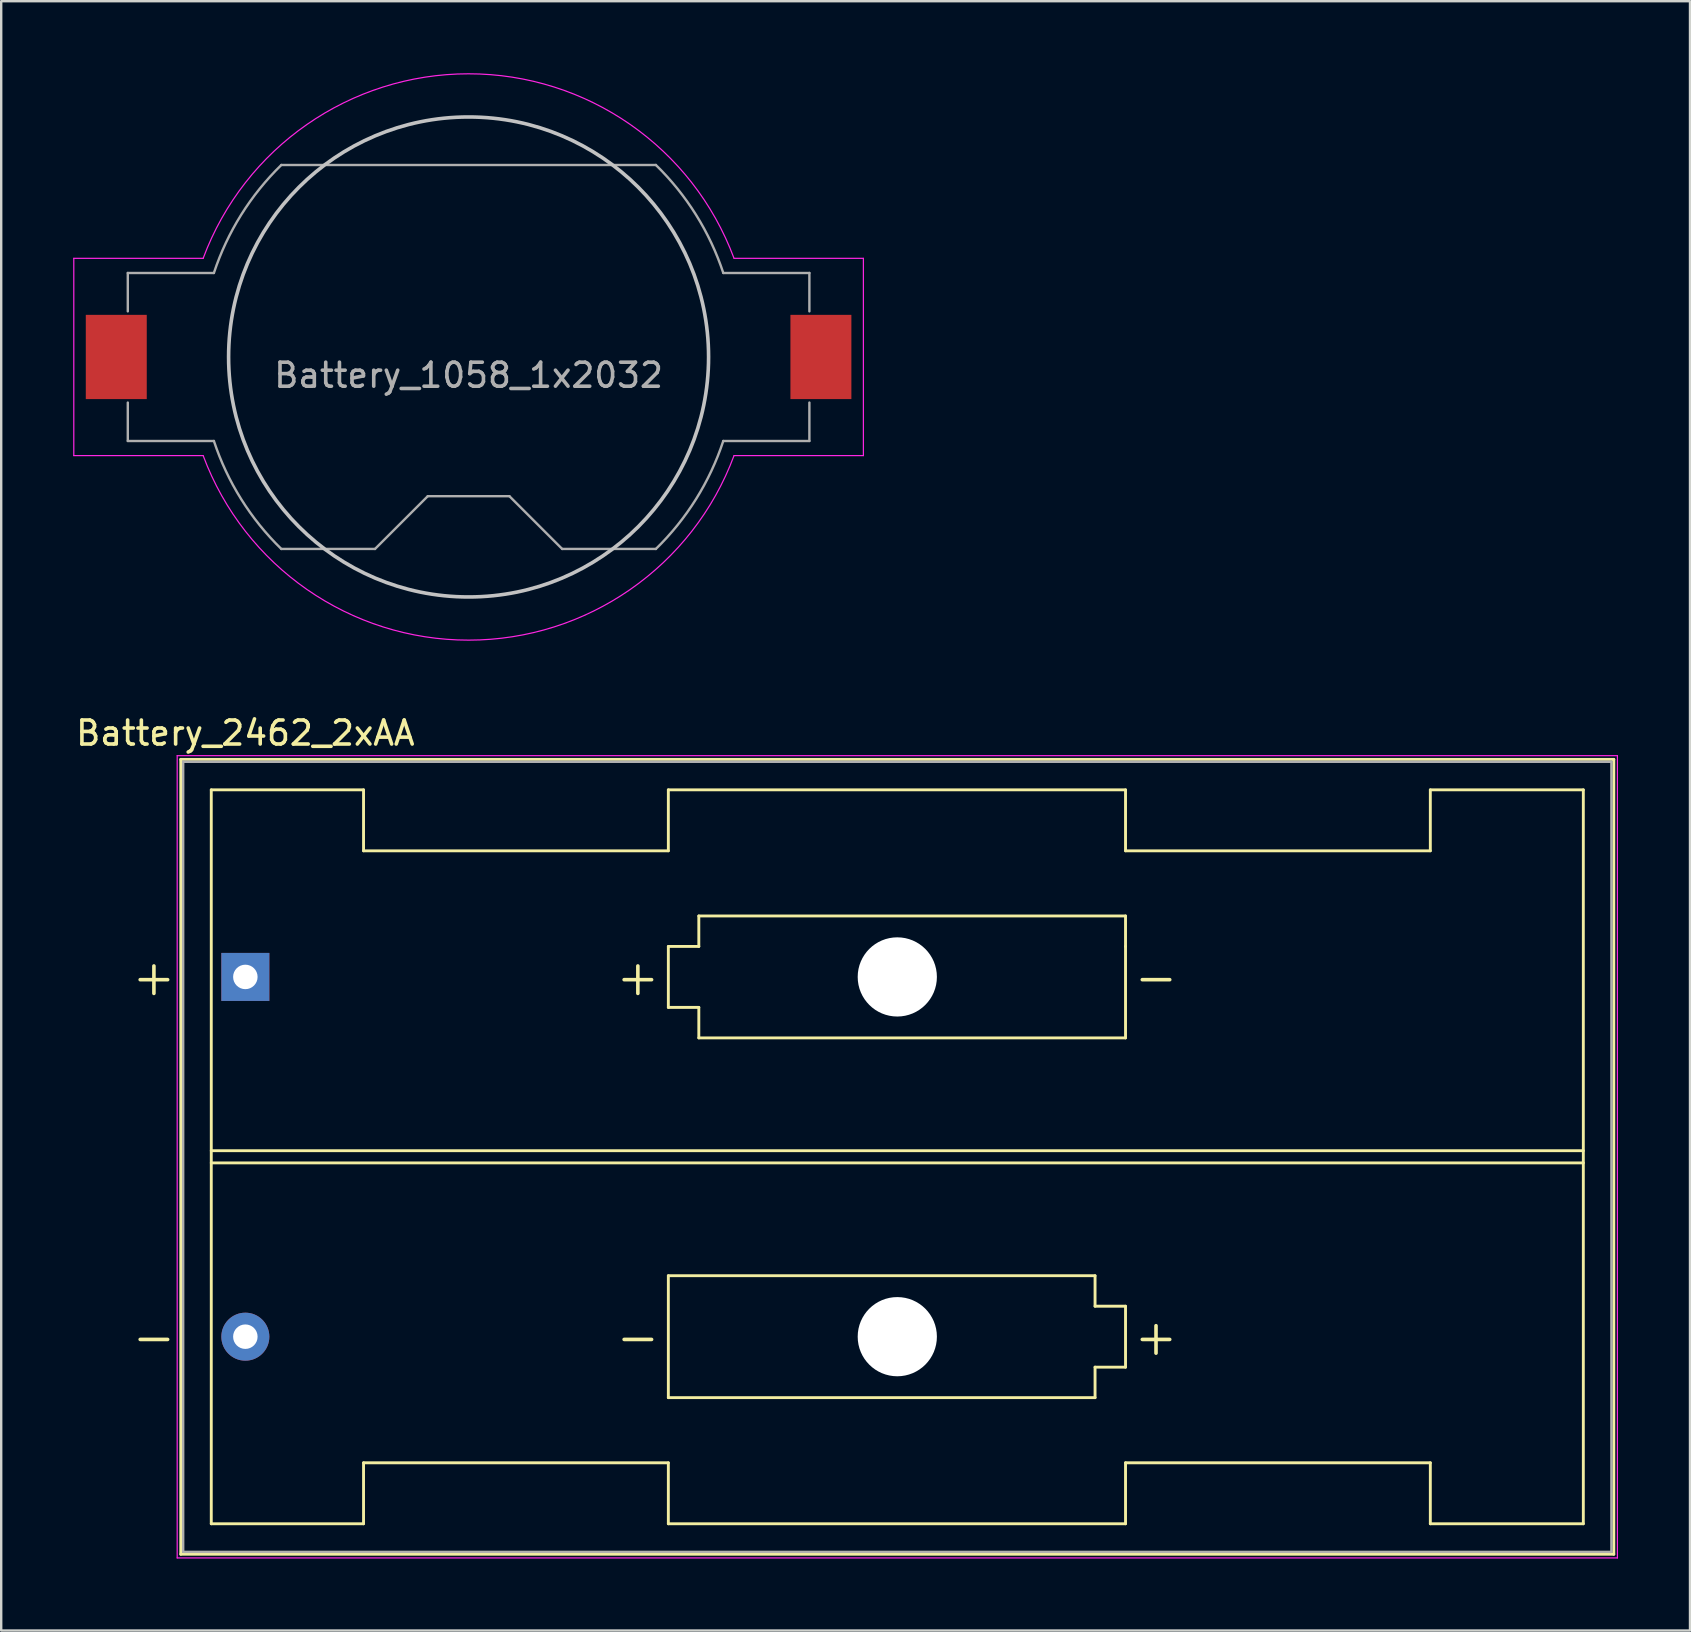
<source format=kicad_pcb>
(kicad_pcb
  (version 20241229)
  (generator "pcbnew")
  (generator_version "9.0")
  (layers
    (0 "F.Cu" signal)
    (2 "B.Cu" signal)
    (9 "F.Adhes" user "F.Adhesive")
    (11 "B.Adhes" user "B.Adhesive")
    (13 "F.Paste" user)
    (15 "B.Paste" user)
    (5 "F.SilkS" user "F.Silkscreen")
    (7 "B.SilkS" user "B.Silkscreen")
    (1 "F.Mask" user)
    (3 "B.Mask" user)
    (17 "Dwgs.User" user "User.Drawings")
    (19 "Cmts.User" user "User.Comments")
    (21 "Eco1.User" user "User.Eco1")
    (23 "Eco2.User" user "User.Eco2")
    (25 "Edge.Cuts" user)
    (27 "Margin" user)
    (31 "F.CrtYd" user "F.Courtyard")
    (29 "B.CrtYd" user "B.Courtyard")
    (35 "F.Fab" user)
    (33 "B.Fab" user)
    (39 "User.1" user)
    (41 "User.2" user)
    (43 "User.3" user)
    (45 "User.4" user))
  (footprint "Battery_1058_1x2032"
    (layer "F.Cu")
    (at 16.475 11.824)
    (property "Reference" "Battery_1058_1x2032" (at 0 0.762 0) (layer "F.Fab") (effects (font (size 1 1) (thickness 0.15))))
    (attr smd)
    (fp_circle (center 0 0) (end 10 0) (stroke (width 0.15) (type solid)) (fill no) (layer "Dwgs.User"))
    (fp_line (start -16.45 -4.11) (end -16.45 4.11) (stroke (width 0.05) (type solid)) (layer "F.CrtYd"))
    (fp_line (start -16.45 -4.11) (end -11.06 -4.11) (stroke (width 0.05) (type solid)) (layer "F.CrtYd"))
    (fp_line (start -16.45 4.11) (end -11.06 4.11) (stroke (width 0.05) (type solid)) (layer "F.CrtYd"))
    (fp_line (start 11.06 4.11) (end 16.45 4.11) (stroke (width 0.05) (type solid)) (layer "F.CrtYd"))
    (fp_line (start 16.45 -4.11) (end 11.06 -4.11) (stroke (width 0.05) (type solid)) (layer "F.CrtYd"))
    (fp_line (start 16.45 4.11) (end 16.45 -4.11) (stroke (width 0.05) (type solid)) (layer "F.CrtYd"))
    (fp_arc (start -11.06 -4.11) (mid -0.002978 -11.79897) (end 11.057924 -4.115582) (stroke (width 0.05) (type solid)) (layer "F.CrtYd"))
    (fp_arc (start 11.06 4.11) (mid 0.002978 11.79897) (end -11.057924 4.115582) (stroke (width 0.05) (type solid)) (layer "F.CrtYd"))
    (fp_line (start -14.2 -3.5) (end -14.2 -1.9) (stroke (width 0.1) (type solid)) (layer "F.Fab"))
    (fp_line (start -14.2 -3.5) (end -10.613 -3.5) (stroke (width 0.1) (type solid)) (layer "F.Fab"))
    (fp_line (start -14.2 1.9) (end -14.2 3.5) (stroke (width 0.1) (type solid)) (layer "F.Fab"))
    (fp_line (start -14.2 3.5) (end -10.613 3.5) (stroke (width 0.1) (type solid)) (layer "F.Fab"))
    (fp_line (start -7.803 -8) (end 7.803 -8) (stroke (width 0.1) (type solid)) (layer "F.Fab"))
    (fp_line (start -3.9 8) (end -7.803 8) (stroke (width 0.1) (type solid)) (layer "F.Fab"))
    (fp_line (start -1.7 5.8) (end -3.9 8) (stroke (width 0.1) (type solid)) (layer "F.Fab"))
    (fp_line (start -1.7 5.8) (end 1.7 5.8) (stroke (width 0.1) (type solid)) (layer "F.Fab"))
    (fp_line (start 1.7 5.8) (end 3.9 8) (stroke (width 0.1) (type solid)) (layer "F.Fab"))
    (fp_line (start 3.9 8) (end 7.803 8) (stroke (width 0.1) (type solid)) (layer "F.Fab"))
    (fp_line (start 10.613 -3.5) (end 14.2 -3.5) (stroke (width 0.1) (type solid)) (layer "F.Fab"))
    (fp_line (start 14.2 -3.5) (end 14.2 -1.9) (stroke (width 0.1) (type solid)) (layer "F.Fab"))
    (fp_line (start 14.2 1.9) (end 14.2 3.5) (stroke (width 0.1) (type solid)) (layer "F.Fab"))
    (fp_line (start 14.2 3.5) (end 10.613 3.5) (stroke (width 0.1) (type solid)) (layer "F.Fab"))
    (fp_arc (start -10.61275 -3.5) (mid -9.478596 -5.919179) (end -7.802602 -7.999992) (stroke (width 0.1) (type solid)) (layer "F.Fab"))
    (fp_arc (start -7.802602 7.999992) (mid -9.478596 5.91918) (end -10.61275 3.5) (stroke (width 0.1) (type solid)) (layer "F.Fab"))
    (fp_arc (start 7.802602 -7.999992) (mid 9.478596 -5.91918) (end 10.61275 -3.5) (stroke (width 0.1) (type solid)) (layer "F.Fab"))
    (fp_arc (start 10.61275 3.5) (mid 9.478596 5.919179) (end 7.802602 7.999992) (stroke (width 0.1) (type solid)) (layer "F.Fab"))
    (pad "1" smd rect (at -14.68 0) (size 2.54 3.51) (layers "F.Cu" "F.Mask" "F.Paste"))
    (pad "2" smd rect (at 14.68 0) (size 2.54 3.51) (layers "F.Cu" "F.Mask" "F.Paste")))
  (footprint "Battery_2462_2xAA"
    (layer "F.Cu")
    (at 7.173 37.656)
    (property "Reference" "Battery_2462_2xAA" (at 0 -10.16 180) (layer "F.SilkS") (effects (font (size 1 1) (thickness 0.15))))
    (attr through_hole)
    (fp_line (start -2.69 -9.065) (end -2.69 24.055) (stroke (width 0.12) (type solid)) (layer "F.SilkS"))
    (fp_line (start -2.69 24.055) (end 57.02 24.055) (stroke (width 0.12) (type solid)) (layer "F.SilkS"))
    (fp_line (start -1.42 -7.795) (end -1.42 22.785) (stroke (width 0.12) (type solid)) (layer "F.SilkS"))
    (fp_line (start -1.42 7.241) (end 55.75 7.241) (stroke (width 0.12) (type solid)) (layer "F.SilkS"))
    (fp_line (start -1.42 22.785) (end 4.925 22.785) (stroke (width 0.12) (type solid)) (layer "F.SilkS"))
    (fp_line (start 4.925 -7.795) (end -1.42 -7.795) (stroke (width 0.12) (type solid)) (layer "F.SilkS"))
    (fp_line (start 4.925 -5.255) (end 4.925 -7.795) (stroke (width 0.12) (type solid)) (layer "F.SilkS"))
    (fp_line (start 4.925 -5.255) (end 17.625 -5.255) (stroke (width 0.12) (type solid)) (layer "F.SilkS"))
    (fp_line (start 4.925 20.245) (end 17.625 20.245) (stroke (width 0.12) (type solid)) (layer "F.SilkS"))
    (fp_line (start 4.925 22.785) (end 4.925 20.245) (stroke (width 0.12) (type solid)) (layer "F.SilkS"))
    (fp_line (start 17.625 -7.795) (end 17.625 -5.255) (stroke (width 0.12) (type solid)) (layer "F.SilkS"))
    (fp_line (start 17.625 -1.27) (end 18.895 -1.27) (stroke (width 0.12) (type solid)) (layer "F.SilkS"))
    (fp_line (start 17.625 1.27) (end 17.625 -1.27) (stroke (width 0.12) (type solid)) (layer "F.SilkS"))
    (fp_line (start 17.625 12.45) (end 35.405 12.45) (stroke (width 0.12) (type solid)) (layer "F.SilkS"))
    (fp_line (start 17.625 17.53) (end 17.625 12.45) (stroke (width 0.12) (type solid)) (layer "F.SilkS"))
    (fp_line (start 17.625 20.245) (end 17.625 22.785) (stroke (width 0.12) (type solid)) (layer "F.SilkS"))
    (fp_line (start 17.625 22.785) (end 36.675 22.785) (stroke (width 0.12) (type solid)) (layer "F.SilkS"))
    (fp_line (start 18.895 -2.54) (end 36.675 -2.54) (stroke (width 0.12) (type solid)) (layer "F.SilkS"))
    (fp_line (start 18.895 -1.27) (end 18.895 -2.54) (stroke (width 0.12) (type solid)) (layer "F.SilkS"))
    (fp_line (start 18.895 1.27) (end 17.625 1.27) (stroke (width 0.12) (type solid)) (layer "F.SilkS"))
    (fp_line (start 18.895 2.54) (end 18.895 1.27) (stroke (width 0.12) (type solid)) (layer "F.SilkS"))
    (fp_line (start 35.405 12.45) (end 35.405 13.72) (stroke (width 0.12) (type solid)) (layer "F.SilkS"))
    (fp_line (start 35.405 13.72) (end 36.675 13.72) (stroke (width 0.12) (type solid)) (layer "F.SilkS"))
    (fp_line (start 35.405 16.26) (end 35.405 17.53) (stroke (width 0.12) (type solid)) (layer "F.SilkS"))
    (fp_line (start 35.405 17.53) (end 17.625 17.53) (stroke (width 0.12) (type solid)) (layer "F.SilkS"))
    (fp_line (start 36.675 -7.795) (end 17.625 -7.795) (stroke (width 0.12) (type solid)) (layer "F.SilkS"))
    (fp_line (start 36.675 -5.255) (end 36.675 -7.795) (stroke (width 0.12) (type solid)) (layer "F.SilkS"))
    (fp_line (start 36.675 -2.54) (end 36.675 -1.27) (stroke (width 0.12) (type solid)) (layer "F.SilkS"))
    (fp_line (start 36.675 -1.27) (end 36.675 2.54) (stroke (width 0.12) (type solid)) (layer "F.SilkS"))
    (fp_line (start 36.675 2.54) (end 18.895 2.54) (stroke (width 0.12) (type solid)) (layer "F.SilkS"))
    (fp_line (start 36.675 13.72) (end 36.675 16.26) (stroke (width 0.12) (type solid)) (layer "F.SilkS"))
    (fp_line (start 36.675 16.26) (end 35.405 16.26) (stroke (width 0.12) (type solid)) (layer "F.SilkS"))
    (fp_line (start 36.675 22.785) (end 36.675 20.245) (stroke (width 0.12) (type solid)) (layer "F.SilkS"))
    (fp_line (start 49.375 -7.795) (end 49.375 -5.255) (stroke (width 0.12) (type solid)) (layer "F.SilkS"))
    (fp_line (start 49.375 -5.255) (end 36.675 -5.255) (stroke (width 0.12) (type solid)) (layer "F.SilkS"))
    (fp_line (start 49.375 20.245) (end 36.675 20.245) (stroke (width 0.12) (type solid)) (layer "F.SilkS"))
    (fp_line (start 49.375 22.785) (end 49.375 20.245) (stroke (width 0.12) (type solid)) (layer "F.SilkS"))
    (fp_line (start 55.75 -7.795) (end 49.375 -7.795) (stroke (width 0.12) (type solid)) (layer "F.SilkS"))
    (fp_line (start 55.75 -7.795) (end 55.75 22.785) (stroke (width 0.12) (type solid)) (layer "F.SilkS"))
    (fp_line (start 55.75 7.749) (end -1.42 7.749) (stroke (width 0.12) (type solid)) (layer "F.SilkS"))
    (fp_line (start 55.75 22.785) (end 49.375 22.785) (stroke (width 0.12) (type solid)) (layer "F.SilkS"))
    (fp_line (start 57.02 -9.065) (end -2.69 -9.065) (stroke (width 0.12) (type solid)) (layer "F.SilkS"))
    (fp_line (start 57.02 24.055) (end 57.02 -9.065) (stroke (width 0.12) (type solid)) (layer "F.SilkS"))
    (fp_line (start -2.84 -9.22) (end -2.84 24.21) (stroke (width 0.05) (type solid)) (layer "F.CrtYd"))
    (fp_line (start -2.84 24.21) (end 57.17 24.21) (stroke (width 0.05) (type solid)) (layer "F.CrtYd"))
    (fp_line (start 57.17 -9.22) (end -2.84 -9.22) (stroke (width 0.05) (type solid)) (layer "F.CrtYd"))
    (fp_line (start 57.17 24.21) (end 57.17 -9.22) (stroke (width 0.05) (type solid)) (layer "F.CrtYd"))
    (fp_line (start -2.59 -8.965) (end 56.92 -8.965) (stroke (width 0.1) (type solid)) (layer "F.Fab"))
    (fp_line (start -2.59 23.955) (end -2.59 -8.965) (stroke (width 0.1) (type solid)) (layer "F.Fab"))
    (fp_line (start -2.59 23.955) (end 56.92 23.955) (stroke (width 0.1) (type solid)) (layer "F.Fab"))
    (fp_line (start 56.92 23.955) (end 56.92 -8.965) (stroke (width 0.1) (type solid)) (layer "F.Fab"))
    (fp_text user "-" (at -3.81 14.99 0) (layer "F.SilkS") (effects (font (size 1.5 1.5) (thickness 0.15))))
    (fp_text user "+" (at 37.945 14.99 0) (layer "F.SilkS") (effects (font (size 1.5 1.5) (thickness 0.15))))
    (fp_text user "-" (at 37.945 0 0) (layer "F.SilkS") (effects (font (size 1.5 1.5) (thickness 0.15))))
    (fp_text user "+" (at 16.355 0 0) (layer "F.SilkS") (effects (font (size 1.5 1.5) (thickness 0.15))))
    (fp_text user "-" (at 16.355 14.99 0) (layer "F.SilkS") (effects (font (size 1.5 1.5) (thickness 0.15))))
    (fp_text user "+" (at -3.81 0 0) (layer "F.SilkS") (effects (font (size 1.5 1.5) (thickness 0.15))))
    (pad "" np_thru_hole circle (at 27.165 0) (size 3.3 3.3) (drill 3.3) (layers "*.Cu" "*.Mask"))
    (pad "" np_thru_hole circle (at 27.165 14.99) (size 3.3 3.3) (drill 3.3) (layers "*.Cu" "*.Mask"))
    (pad "1" thru_hole rect (at 0 0) (size 2 2) (drill 1.02) (layers "*.Cu" "*.Mask"))
    (pad "2" thru_hole circle (at 0 14.99) (size 2 2) (drill 1.02) (layers "*.Cu" "*.Mask")))
  (gr_rect
    (start -3 -3)
    (end 67.368 64.891)
    (stroke (width 0.1) (type default))
    (fill no)
    (layer "Edge.Cuts")))
</source>
